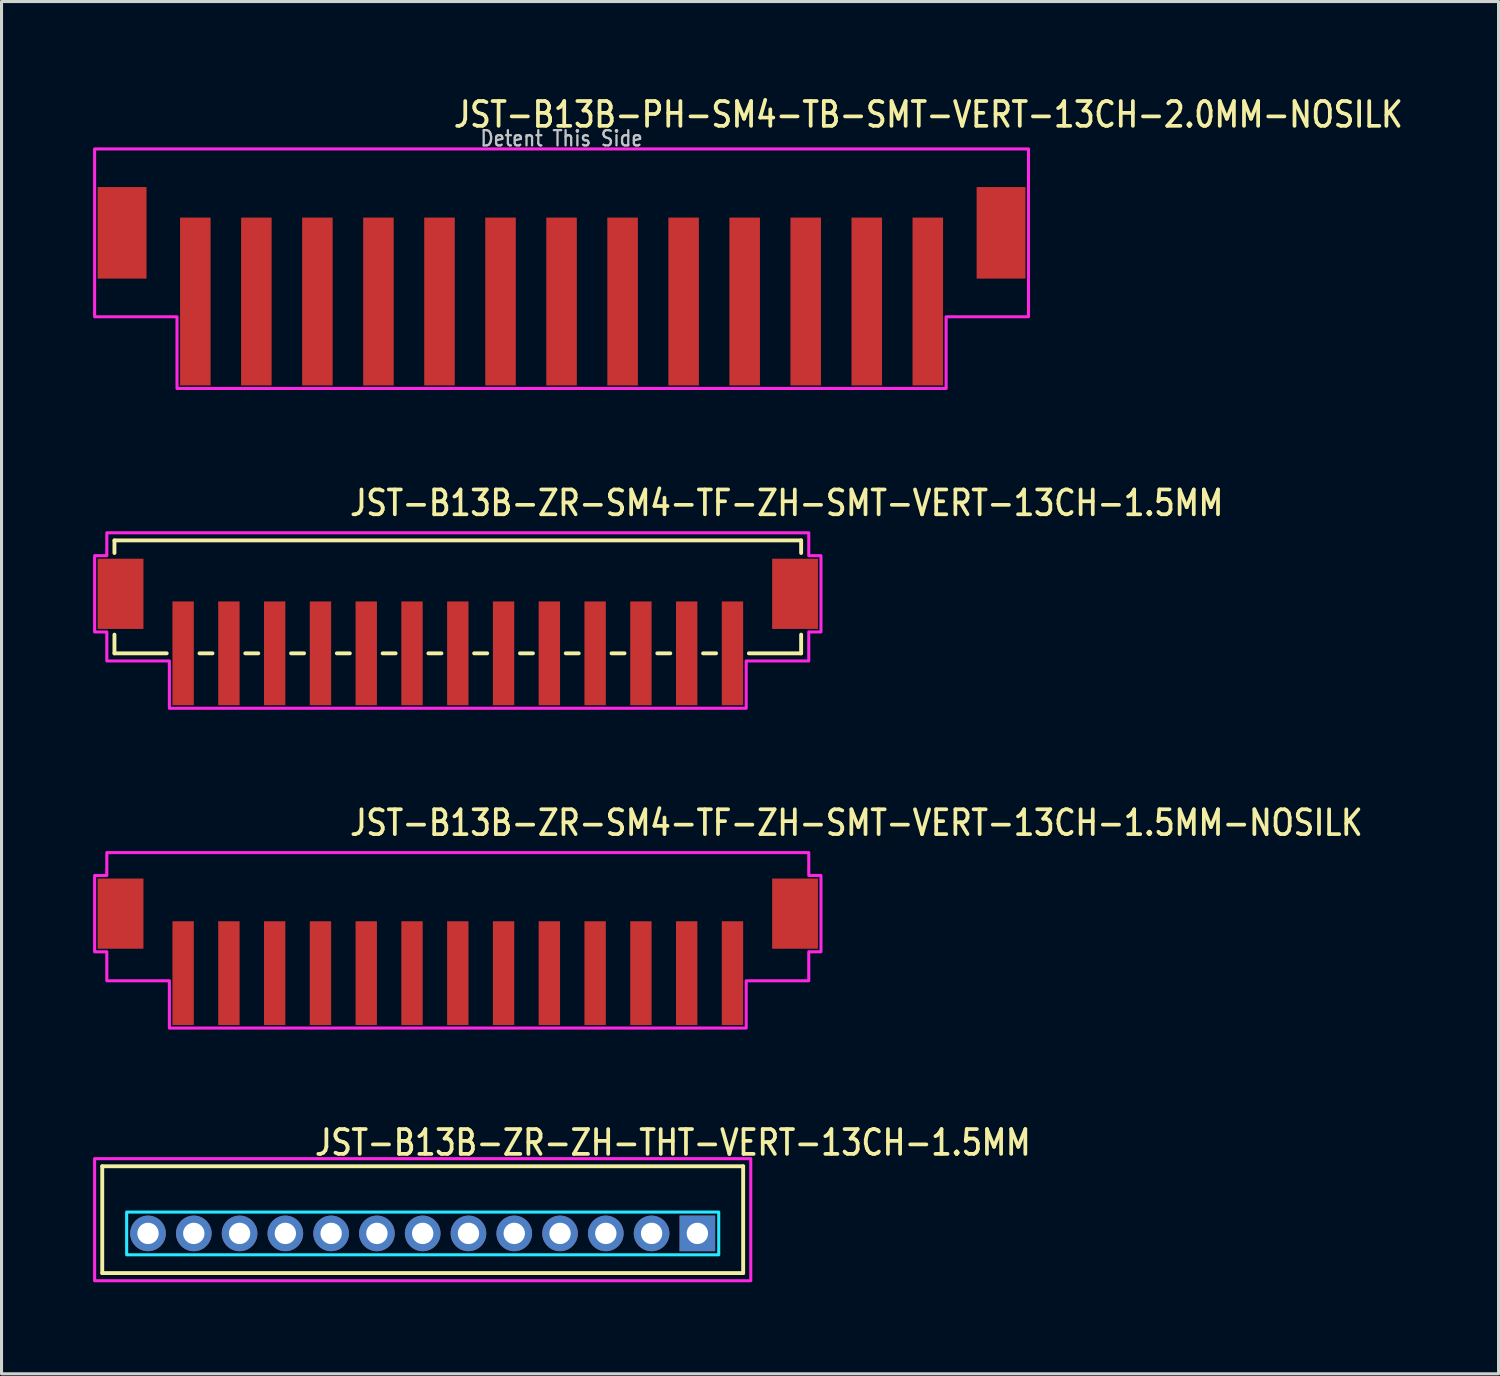
<source format=kicad_pcb>
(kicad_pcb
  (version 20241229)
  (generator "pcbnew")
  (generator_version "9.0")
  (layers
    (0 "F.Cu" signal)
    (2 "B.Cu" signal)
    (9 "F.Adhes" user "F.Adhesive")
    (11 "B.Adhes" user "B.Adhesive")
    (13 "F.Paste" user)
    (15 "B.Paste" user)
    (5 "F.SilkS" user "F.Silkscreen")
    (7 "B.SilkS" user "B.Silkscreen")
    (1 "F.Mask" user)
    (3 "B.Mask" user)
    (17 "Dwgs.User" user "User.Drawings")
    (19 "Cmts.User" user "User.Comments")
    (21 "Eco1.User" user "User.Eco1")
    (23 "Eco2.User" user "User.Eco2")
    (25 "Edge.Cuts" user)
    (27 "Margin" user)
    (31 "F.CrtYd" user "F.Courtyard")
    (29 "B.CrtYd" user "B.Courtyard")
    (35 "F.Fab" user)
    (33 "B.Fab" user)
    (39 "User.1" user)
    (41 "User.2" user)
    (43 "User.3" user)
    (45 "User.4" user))
  (footprint "JST-B13B-ZR-ZH-THT-VERT-13CH-1.5MM"
    (layer "F.Cu")
    (at 10.8 37.364)
    (property "Reference" "JST-B13B-ZR-ZH-THT-VERT-13CH-1.5MM" (at -3.6 -2.5 0) (unlocked yes) (layer "F.SilkS") (effects (font (size 0.813 0.695) (thickness 0.122)) (justify left bottom)))
    (fp_line (start -10.5 -2.2) (end 10.5 -2.2) (stroke (width 0.127) (type solid)) (layer "F.SilkS"))
    (fp_line (start -10.5 1.3) (end -10.5 -2.2) (stroke (width 0.127) (type solid)) (layer "F.SilkS"))
    (fp_line (start -10.5 1.3) (end 10.5 1.3) (stroke (width 0.127) (type solid)) (layer "F.SilkS"))
    (fp_line (start 10.5 -2.2) (end 10.5 1.3) (stroke (width 0.127) (type solid)) (layer "F.SilkS"))
    (fp_poly (pts (xy -9.7 -0.7) (xy -9.7 0.7) (xy 9.7 0.7) (xy 9.7 -0.7)) (stroke (width 0.1) (type solid)) (fill no) (layer "B.CrtYd"))
    (fp_poly (pts (xy -10.75 -2.45) (xy -10.75 1.55) (xy 10.75 1.55) (xy 10.75 -2.45)) (stroke (width 0.1) (type solid)) (fill no) (layer "F.CrtYd"))
    (pad "1" thru_hole rect (at 9 0) (size 1.167 1.167) (drill 0.7) (layers "*.Cu" "*.Mask"))
    (pad "2" thru_hole oval (at 7.5 0) (size 1.167 1.167) (drill 0.7) (layers "*.Cu" "*.Mask"))
    (pad "3" thru_hole oval (at 6 0) (size 1.167 1.167) (drill 0.7) (layers "*.Cu" "*.Mask"))
    (pad "4" thru_hole oval (at 4.5 0) (size 1.167 1.167) (drill 0.7) (layers "*.Cu" "*.Mask"))
    (pad "5" thru_hole oval (at 3 0) (size 1.167 1.167) (drill 0.7) (layers "*.Cu" "*.Mask"))
    (pad "6" thru_hole oval (at 1.5 0) (size 1.167 1.167) (drill 0.7) (layers "*.Cu" "*.Mask"))
    (pad "7" thru_hole oval (at 0 0) (size 1.167 1.167) (drill 0.7) (layers "*.Cu" "*.Mask"))
    (pad "8" thru_hole oval (at -1.5 0) (size 1.167 1.167) (drill 0.7) (layers "*.Cu" "*.Mask"))
    (pad "9" thru_hole oval (at -3 0) (size 1.167 1.167) (drill 0.7) (layers "*.Cu" "*.Mask"))
    (pad "10" thru_hole oval (at -4.5 0) (size 1.167 1.167) (drill 0.7) (layers "*.Cu" "*.Mask"))
    (pad "11" thru_hole oval (at -6 0) (size 1.167 1.167) (drill 0.7) (layers "*.Cu" "*.Mask"))
    (pad "12" thru_hole oval (at -7.5 0) (size 1.167 1.167) (drill 0.7) (layers "*.Cu" "*.Mask"))
    (pad "13" thru_hole oval (at -9 0) (size 1.167 1.167) (drill 0.7) (layers "*.Cu" "*.Mask")))
  (footprint "JST-B13B-ZR-SM4-TF-ZH-SMT-VERT-13CH-1.5MM"
    (layer "F.Cu")
    (at 11.95 16.407)
    (property "Reference" "JST-B13B-ZR-SM4-TF-ZH-SMT-VERT-13CH-1.5MM" (at -3.6 -2.5 0) (unlocked yes) (layer "F.SilkS") (effects (font (size 0.813 0.695) (thickness 0.122)) (justify left bottom)))
    (fp_line (start -11.25 -1.75) (end -11.25 -1.337) (stroke (width 0.127) (type solid)) (layer "F.SilkS"))
    (fp_line (start -11.25 -1.75) (end 11.25 -1.75) (stroke (width 0.127) (type solid)) (layer "F.SilkS"))
    (fp_line (start -11.25 1.95) (end -11.25 1.337) (stroke (width 0.127) (type solid)) (layer "F.SilkS"))
    (fp_line (start -11.25 1.95) (end -9.537 1.95) (stroke (width 0.127) (type solid)) (layer "F.SilkS"))
    (fp_line (start -8.463 1.95) (end -8.037 1.95) (stroke (width 0.127) (type solid)) (layer "F.SilkS"))
    (fp_line (start -6.963 1.95) (end -6.537 1.95) (stroke (width 0.127) (type solid)) (layer "F.SilkS"))
    (fp_line (start -5.463 1.95) (end -5.037 1.95) (stroke (width 0.127) (type solid)) (layer "F.SilkS"))
    (fp_line (start -3.963 1.95) (end -3.537 1.95) (stroke (width 0.127) (type solid)) (layer "F.SilkS"))
    (fp_line (start -2.463 1.95) (end -2.037 1.95) (stroke (width 0.127) (type solid)) (layer "F.SilkS"))
    (fp_line (start -0.964 1.95) (end -0.536 1.95) (stroke (width 0.127) (type solid)) (layer "F.SilkS"))
    (fp_line (start 0.536 1.95) (end 0.964 1.95) (stroke (width 0.127) (type solid)) (layer "F.SilkS"))
    (fp_line (start 2.037 1.95) (end 2.463 1.95) (stroke (width 0.127) (type solid)) (layer "F.SilkS"))
    (fp_line (start 3.537 1.95) (end 3.963 1.95) (stroke (width 0.127) (type solid)) (layer "F.SilkS"))
    (fp_line (start 5.037 1.95) (end 5.463 1.95) (stroke (width 0.127) (type solid)) (layer "F.SilkS"))
    (fp_line (start 6.537 1.95) (end 6.963 1.95) (stroke (width 0.127) (type solid)) (layer "F.SilkS"))
    (fp_line (start 8.037 1.95) (end 8.463 1.95) (stroke (width 0.127) (type solid)) (layer "F.SilkS"))
    (fp_line (start 9.537 1.95) (end 11.25 1.95) (stroke (width 0.127) (type solid)) (layer "F.SilkS"))
    (fp_line (start 11.25 -1.337) (end 11.25 -1.75) (stroke (width 0.127) (type solid)) (layer "F.SilkS"))
    (fp_line (start 11.25 1.337) (end 11.25 1.95) (stroke (width 0.127) (type solid)) (layer "F.SilkS"))
    (fp_poly (pts (xy -11.5 -2) (xy -11.5 -1.25) (xy -11.9 -1.25) (xy -11.9 1.25) (xy -11.5 1.25) (xy -11.5 2.2) (xy -9.45 2.2) (xy -9.45 3.75) (xy 9.45 3.75) (xy 9.45 2.2) (xy 11.5 2.2) (xy 11.5 1.25) (xy 11.9 1.25) (xy 11.9 -1.25) (xy 11.5 -1.25) (xy 11.5 -2)) (stroke (width 0.1) (type solid)) (fill no) (layer "F.CrtYd"))
    (pad "1" smd rect (at -9 1.95) (size 0.7 3.4) (layers "F.Cu" "F.Mask" "F.Paste"))
    (pad "2" smd rect (at -7.5 1.95) (size 0.7 3.4) (layers "F.Cu" "F.Mask" "F.Paste"))
    (pad "3" smd rect (at -6 1.95) (size 0.7 3.4) (layers "F.Cu" "F.Mask" "F.Paste"))
    (pad "4" smd rect (at -4.5 1.95) (size 0.7 3.4) (layers "F.Cu" "F.Mask" "F.Paste"))
    (pad "5" smd rect (at -3 1.95) (size 0.7 3.4) (layers "F.Cu" "F.Mask" "F.Paste"))
    (pad "6" smd rect (at -1.5 1.95) (size 0.7 3.4) (layers "F.Cu" "F.Mask" "F.Paste"))
    (pad "7" smd rect (at 0 1.95) (size 0.7 3.4) (layers "F.Cu" "F.Mask" "F.Paste"))
    (pad "8" smd rect (at 1.5 1.95) (size 0.7 3.4) (layers "F.Cu" "F.Mask" "F.Paste"))
    (pad "9" smd rect (at 3 1.95) (size 0.7 3.4) (layers "F.Cu" "F.Mask" "F.Paste"))
    (pad "10" smd rect (at 4.5 1.95) (size 0.7 3.4) (layers "F.Cu" "F.Mask" "F.Paste"))
    (pad "11" smd rect (at 6 1.95) (size 0.7 3.4) (layers "F.Cu" "F.Mask" "F.Paste"))
    (pad "12" smd rect (at 7.5 1.95) (size 0.7 3.4) (layers "F.Cu" "F.Mask" "F.Paste"))
    (pad "13" smd rect (at 9 1.95) (size 0.7 3.4) (layers "F.Cu" "F.Mask" "F.Paste"))
    (pad "S_14" smd rect (at 11.05 0) (size 1.5 2.3) (layers "F.Cu" "F.Mask" "F.Paste"))
    (pad "S_15" smd rect (at -11.05 0) (size 1.5 2.3) (layers "F.Cu" "F.Mask" "F.Paste")))
  (footprint "JST-B13B-PH-SM4-TB-SMT-VERT-13CH-2.0MM-NOSILK"
    (layer "F.Cu")
    (at 15.35 4.579)
    (property "Reference" "JST-B13B-PH-SM4-TB-SMT-VERT-13CH-2.0MM-NOSILK" (at -3.6 -3.4 0) (unlocked yes) (layer "F.SilkS") (effects (font (size 0.813 0.695) (thickness 0.122)) (justify left bottom)))
    (fp_poly (pts (xy -15.3 -2.75) (xy -15.3 2.75) (xy -12.6 2.75) (xy -12.6 5.1) (xy 12.6 5.1) (xy 12.6 2.75) (xy 15.3 2.75) (xy 15.3 -2.75)) (stroke (width 0.1) (type solid)) (fill no) (layer "F.CrtYd"))
    (fp_text user "Detent This Side" (at 0 -2.8 0) (unlocked yes) (layer "Dwgs.User") (effects (font (size 0.5 0.427) (thickness 0.075)) (justify bottom)))
    (pad "1" smd rect (at -12 2.25) (size 1 5.5) (layers "F.Cu" "F.Mask" "F.Paste"))
    (pad "2" smd rect (at -10 2.25) (size 1 5.5) (layers "F.Cu" "F.Mask" "F.Paste"))
    (pad "3" smd rect (at -8 2.25) (size 1 5.5) (layers "F.Cu" "F.Mask" "F.Paste"))
    (pad "4" smd rect (at -6 2.25) (size 1 5.5) (layers "F.Cu" "F.Mask" "F.Paste"))
    (pad "5" smd rect (at -4 2.25) (size 1 5.5) (layers "F.Cu" "F.Mask" "F.Paste"))
    (pad "6" smd rect (at -2 2.25) (size 1 5.5) (layers "F.Cu" "F.Mask" "F.Paste"))
    (pad "7" smd rect (at 0 2.25) (size 1 5.5) (layers "F.Cu" "F.Mask" "F.Paste"))
    (pad "8" smd rect (at 2 2.25) (size 1 5.5) (layers "F.Cu" "F.Mask" "F.Paste"))
    (pad "9" smd rect (at 4 2.25) (size 1 5.5) (layers "F.Cu" "F.Mask" "F.Paste"))
    (pad "10" smd rect (at 6 2.25) (size 1 5.5) (layers "F.Cu" "F.Mask" "F.Paste"))
    (pad "11" smd rect (at 8 2.25) (size 1 5.5) (layers "F.Cu" "F.Mask" "F.Paste"))
    (pad "12" smd rect (at 10 2.25) (size 1 5.5) (layers "F.Cu" "F.Mask" "F.Paste"))
    (pad "13" smd rect (at 12 2.25) (size 1 5.5) (layers "F.Cu" "F.Mask" "F.Paste"))
    (pad "S_1" smd rect (at -14.4 0) (size 1.6 3) (layers "F.Cu" "F.Mask" "F.Paste"))
    (pad "S_2" smd rect (at 14.4 0) (size 1.6 3) (layers "F.Cu" "F.Mask" "F.Paste")))
  (footprint "JST-B13B-ZR-SM4-TF-ZH-SMT-VERT-13CH-1.5MM-NOSILK"
    (layer "F.Cu")
    (at 11.95 26.886)
    (property "Reference" "JST-B13B-ZR-SM4-TF-ZH-SMT-VERT-13CH-1.5MM-NOSILK" (at -3.6 -2.5 0) (unlocked yes) (layer "F.SilkS") (effects (font (size 0.813 0.695) (thickness 0.122)) (justify left bottom)))
    (fp_poly (pts (xy -11.5 -2) (xy -11.5 -1.25) (xy -11.9 -1.25) (xy -11.9 1.25) (xy -11.5 1.25) (xy -11.5 2.2) (xy -9.45 2.2) (xy -9.45 3.75) (xy 9.45 3.75) (xy 9.45 2.2) (xy 11.5 2.2) (xy 11.5 1.25) (xy 11.9 1.25) (xy 11.9 -1.25) (xy 11.5 -1.25) (xy 11.5 -2)) (stroke (width 0.1) (type solid)) (fill no) (layer "F.CrtYd"))
    (pad "1" smd rect (at -9 1.95) (size 0.7 3.4) (layers "F.Cu" "F.Mask" "F.Paste"))
    (pad "2" smd rect (at -7.5 1.95) (size 0.7 3.4) (layers "F.Cu" "F.Mask" "F.Paste"))
    (pad "3" smd rect (at -6 1.95) (size 0.7 3.4) (layers "F.Cu" "F.Mask" "F.Paste"))
    (pad "4" smd rect (at -4.5 1.95) (size 0.7 3.4) (layers "F.Cu" "F.Mask" "F.Paste"))
    (pad "5" smd rect (at -3 1.95) (size 0.7 3.4) (layers "F.Cu" "F.Mask" "F.Paste"))
    (pad "6" smd rect (at -1.5 1.95) (size 0.7 3.4) (layers "F.Cu" "F.Mask" "F.Paste"))
    (pad "7" smd rect (at 0 1.95) (size 0.7 3.4) (layers "F.Cu" "F.Mask" "F.Paste"))
    (pad "8" smd rect (at 1.5 1.95) (size 0.7 3.4) (layers "F.Cu" "F.Mask" "F.Paste"))
    (pad "9" smd rect (at 3 1.95) (size 0.7 3.4) (layers "F.Cu" "F.Mask" "F.Paste"))
    (pad "10" smd rect (at 4.5 1.95) (size 0.7 3.4) (layers "F.Cu" "F.Mask" "F.Paste"))
    (pad "11" smd rect (at 6 1.95) (size 0.7 3.4) (layers "F.Cu" "F.Mask" "F.Paste"))
    (pad "12" smd rect (at 7.5 1.95) (size 0.7 3.4) (layers "F.Cu" "F.Mask" "F.Paste"))
    (pad "13" smd rect (at 9 1.95) (size 0.7 3.4) (layers "F.Cu" "F.Mask" "F.Paste"))
    (pad "14" smd rect (at 11.05 0) (size 1.5 2.3) (layers "F.Cu" "F.Mask" "F.Paste"))
    (pad "15" smd rect (at -11.05 0) (size 1.5 2.3) (layers "F.Cu" "F.Mask" "F.Paste")))
  (gr_rect
    (start -3 -3)
    (end 46.051 41.964)
    (stroke (width 0.1) (type default))
    (fill no)
    (layer "Edge.Cuts")))
</source>
